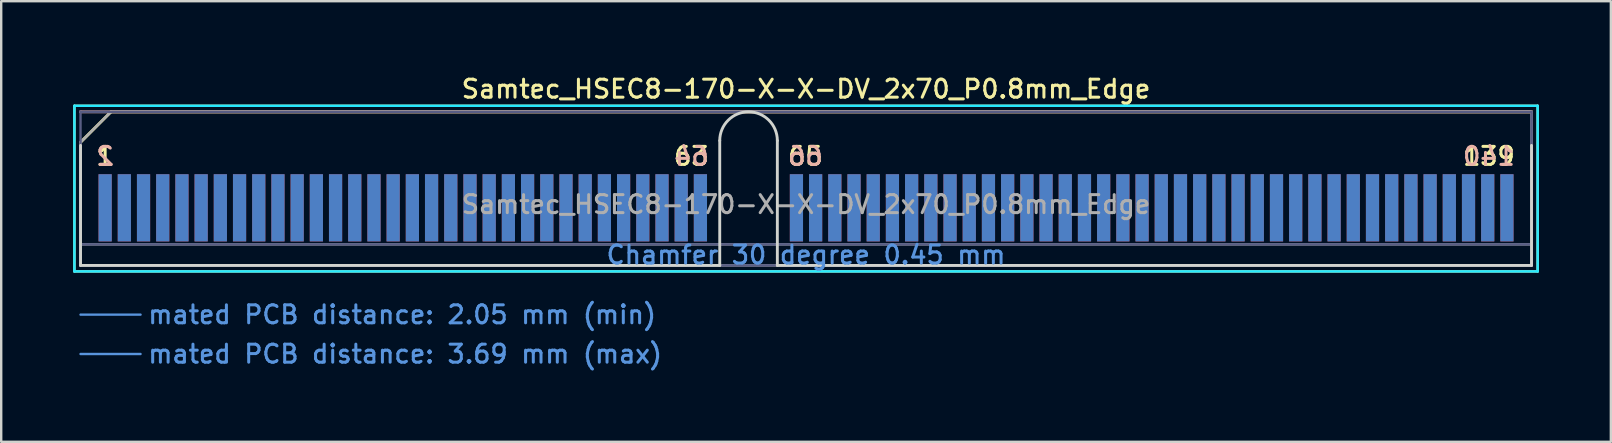
<source format=kicad_pcb>
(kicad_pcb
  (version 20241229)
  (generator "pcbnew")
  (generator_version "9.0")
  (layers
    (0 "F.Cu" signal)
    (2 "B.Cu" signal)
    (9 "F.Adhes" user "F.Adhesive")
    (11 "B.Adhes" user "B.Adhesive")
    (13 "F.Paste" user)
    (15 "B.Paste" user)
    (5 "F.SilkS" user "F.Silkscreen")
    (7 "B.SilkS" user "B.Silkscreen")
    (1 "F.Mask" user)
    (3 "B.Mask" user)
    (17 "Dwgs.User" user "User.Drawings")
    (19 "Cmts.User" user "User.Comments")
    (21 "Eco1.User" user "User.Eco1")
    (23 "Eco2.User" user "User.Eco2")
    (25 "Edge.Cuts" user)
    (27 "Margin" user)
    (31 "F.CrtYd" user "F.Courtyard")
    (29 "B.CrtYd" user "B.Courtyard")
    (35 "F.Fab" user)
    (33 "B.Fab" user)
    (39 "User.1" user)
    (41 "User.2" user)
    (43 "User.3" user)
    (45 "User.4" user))
  (footprint "Samtec_HSEC8-170-X-X-DV_2x70_P0.8mm_Edge"
    (layer "F.Cu")
    (at 30.53 8.008)
    (property "Reference" "Samtec_HSEC8-170-X-X-DV_2x70_P0.8mm_Edge" (at 0 -7.35 0) (layer "F.SilkS") (effects (font (size 0.75 0.75) (thickness 0.125))))
    (attr exclude_from_pos_files exclude_from_bom)
    (fp_line (start -30.48 -6.65) (end -30.48 0.25) (stroke (width 0.1) (type solid)) (layer "F.SilkS"))
    (fp_line (start -30.48 0.25) (end 30.48 0.25) (stroke (width 0.1) (type solid)) (layer "F.SilkS"))
    (fp_line (start -30.225 -5.13) (end -28.955 -6.4) (stroke (width 0.12) (type solid)) (layer "F.SilkS"))
    (fp_line (start -28.955 -6.4) (end 30.225 -6.4) (stroke (width 0.12) (type solid)) (layer "F.SilkS"))
    (fp_line (start 30.48 -6.65) (end -30.48 -6.65) (stroke (width 0.1) (type solid)) (layer "F.SilkS"))
    (fp_line (start 30.48 0.25) (end 30.48 -6.65) (stroke (width 0.1) (type solid)) (layer "F.SilkS"))
    (fp_line (start -30.225 -6.4) (end -30.225 -6.4) (stroke (width 0.12) (type solid)) (layer "B.SilkS"))
    (fp_line (start -30.225 -6.4) (end 30.225 -6.4) (stroke (width 0.12) (type solid)) (layer "B.SilkS"))
    (fp_line (start -30.225 2.05) (end -27.725 2.05) (stroke (width 0.1) (type solid)) (layer "Cmts.User"))
    (fp_line (start -30.225 3.69) (end -27.725 3.69) (stroke (width 0.1) (type solid)) (layer "Cmts.User"))
    (fp_line (start -30.225 -5) (end -30.225 0) (stroke (width 0.12) (type solid)) (layer "Edge.Cuts"))
    (fp_line (start -30.225 0) (end -3.595 0) (stroke (width 0.12) (type solid)) (layer "Edge.Cuts"))
    (fp_line (start -3.595 0) (end -3.595 -5.2) (stroke (width 0.12) (type solid)) (layer "Edge.Cuts"))
    (fp_line (start -1.195 -5.2) (end -1.195 0) (stroke (width 0.12) (type solid)) (layer "Edge.Cuts"))
    (fp_line (start -1.195 0) (end 30.225 0) (stroke (width 0.12) (type solid)) (layer "Edge.Cuts"))
    (fp_line (start 30.225 0) (end 30.225 -5) (stroke (width 0.12) (type solid)) (layer "Edge.Cuts"))
    (fp_arc (start -3.595 -5.2) (mid -2.395 -6.4) (end -1.195 -5.2) (stroke (width 0.12) (type solid)) (layer "Edge.Cuts"))
    (fp_line (start -30.48 -6.65) (end -30.48 0.25) (stroke (width 0.1) (type solid)) (layer "B.CrtYd"))
    (fp_line (start -30.48 0.25) (end 30.48 0.25) (stroke (width 0.1) (type solid)) (layer "B.CrtYd"))
    (fp_line (start 30.48 -6.65) (end -30.48 -6.65) (stroke (width 0.1) (type solid)) (layer "B.CrtYd"))
    (fp_line (start 30.48 0.25) (end 30.48 -6.65) (stroke (width 0.1) (type solid)) (layer "B.CrtYd"))
    (fp_line (start -30.225 -6.4) (end -30.225 -6.4) (stroke (width 0.1) (type solid)) (layer "B.Fab"))
    (fp_line (start -30.225 -6.4) (end -30.225 0) (stroke (width 0.1) (type solid)) (layer "B.Fab"))
    (fp_line (start -30.225 -6.4) (end 30.225 -6.4) (stroke (width 0.1) (type solid)) (layer "B.Fab"))
    (fp_line (start -30.225 -0.88) (end 30.225 -0.88) (stroke (width 0.1) (type solid)) (layer "B.Fab"))
    (fp_line (start -30.225 0) (end 30.225 0) (stroke (width 0.1) (type solid)) (layer "B.Fab"))
    (fp_line (start 30.225 -6.4) (end 30.225 0) (stroke (width 0.1) (type solid)) (layer "B.Fab"))
    (fp_line (start -30.225 -5.13) (end -30.225 0) (stroke (width 0.1) (type solid)) (layer "F.Fab"))
    (fp_line (start -30.225 -5.13) (end -28.955 -6.4) (stroke (width 0.1) (type solid)) (layer "F.Fab"))
    (fp_line (start -30.225 -0.88) (end 30.225 -0.88) (stroke (width 0.1) (type solid)) (layer "F.Fab"))
    (fp_line (start -30.225 0) (end 30.225 0) (stroke (width 0.1) (type solid)) (layer "F.Fab"))
    (fp_line (start -28.955 -6.4) (end 30.225 -6.4) (stroke (width 0.1) (type solid)) (layer "F.Fab"))
    (fp_line (start 30.225 -6.4) (end 30.225 0) (stroke (width 0.1) (type solid)) (layer "F.Fab"))
    (fp_text user "1" (at -29.2 -4.55 0) (layer "F.SilkS") (effects (font (size 0.75 0.75) (thickness 0.125))))
    (fp_text user "139" (at 28.45 -4.55 0) (layer "F.SilkS") (effects (font (size 0.75 0.75) (thickness 0.125))))
    (fp_text user "65" (at -0.025 -4.55 0) (layer "F.SilkS") (effects (font (size 0.75 0.75) (thickness 0.125))))
    (fp_text user "63" (at -4.775 -4.55 0) (layer "F.SilkS") (effects (font (size 0.75 0.75) (thickness 0.125))))
    (fp_text user "140" (at 28.45 -4.55 0) (layer "B.SilkS") (effects (font (size 0.75 0.75) (thickness 0.125)) (justify mirror)))
    (fp_text user "2" (at -29.2 -4.55 0) (layer "B.SilkS") (effects (font (size 0.75 0.75) (thickness 0.125)) (justify mirror)))
    (fp_text user "64" (at -4.775 -4.55 0) (layer "B.SilkS") (effects (font (size 0.75 0.75) (thickness 0.125)) (justify mirror)))
    (fp_text user "66" (at -0.025 -4.55 0) (layer "B.SilkS") (effects (font (size 0.75 0.75) (thickness 0.125)) (justify mirror)))
    (fp_text user "Chamfer 30 degree 0.45 mm" (at 0 -0.44 0) (layer "Cmts.User") (effects (font (size 0.75 0.75) (thickness 0.125))))
    (fp_text user "mated PCB distance: 3.69 mm (max)" (at -27.48 3.69 0) (layer "Cmts.User") (effects (font (size 0.75 0.75) (thickness 0.125)) (justify left)))
    (fp_text user "mated PCB distance: 2.05 mm (min)" (at -27.48 2.05 0) (layer "Cmts.User") (effects (font (size 0.75 0.75) (thickness 0.125)) (justify left)))
    (fp_text user "${REFERENCE}" (at 0 -2.54 0) (layer "F.Fab") (effects (font (size 0.75 0.75) (thickness 0.125))))
    (pad "1" connect rect (at -29.2 -2.4) (size 0.55 2.8) (layers "F.Cu" "F.Mask"))
    (pad "2" connect rect (at -29.2 -2.4) (size 0.55 2.8) (layers "B.Cu" "B.Mask"))
    (pad "3" connect rect (at -28.4 -2.4) (size 0.55 2.8) (layers "F.Cu" "F.Mask"))
    (pad "4" connect rect (at -28.4 -2.4) (size 0.55 2.8) (layers "B.Cu" "B.Mask"))
    (pad "5" connect rect (at -27.6 -2.4) (size 0.55 2.8) (layers "F.Cu" "F.Mask"))
    (pad "6" connect rect (at -27.6 -2.4) (size 0.55 2.8) (layers "B.Cu" "B.Mask"))
    (pad "7" connect rect (at -26.8 -2.4) (size 0.55 2.8) (layers "F.Cu" "F.Mask"))
    (pad "8" connect rect (at -26.8 -2.4) (size 0.55 2.8) (layers "B.Cu" "B.Mask"))
    (pad "9" connect rect (at -26 -2.4) (size 0.55 2.8) (layers "F.Cu" "F.Mask"))
    (pad "10" connect rect (at -26 -2.4) (size 0.55 2.8) (layers "B.Cu" "B.Mask"))
    (pad "11" connect rect (at -25.2 -2.4) (size 0.55 2.8) (layers "F.Cu" "F.Mask"))
    (pad "12" connect rect (at -25.2 -2.4) (size 0.55 2.8) (layers "B.Cu" "B.Mask"))
    (pad "13" connect rect (at -24.4 -2.4) (size 0.55 2.8) (layers "F.Cu" "F.Mask"))
    (pad "14" connect rect (at -24.4 -2.4) (size 0.55 2.8) (layers "B.Cu" "B.Mask"))
    (pad "15" connect rect (at -23.6 -2.4) (size 0.55 2.8) (layers "F.Cu" "F.Mask"))
    (pad "16" connect rect (at -23.6 -2.4) (size 0.55 2.8) (layers "B.Cu" "B.Mask"))
    (pad "17" connect rect (at -22.8 -2.4) (size 0.55 2.8) (layers "F.Cu" "F.Mask"))
    (pad "18" connect rect (at -22.8 -2.4) (size 0.55 2.8) (layers "B.Cu" "B.Mask"))
    (pad "19" connect rect (at -22 -2.4) (size 0.55 2.8) (layers "F.Cu" "F.Mask"))
    (pad "20" connect rect (at -22 -2.4) (size 0.55 2.8) (layers "B.Cu" "B.Mask"))
    (pad "21" connect rect (at -21.2 -2.4) (size 0.55 2.8) (layers "F.Cu" "F.Mask"))
    (pad "22" connect rect (at -21.2 -2.4) (size 0.55 2.8) (layers "B.Cu" "B.Mask"))
    (pad "23" connect rect (at -20.4 -2.4) (size 0.55 2.8) (layers "F.Cu" "F.Mask"))
    (pad "24" connect rect (at -20.4 -2.4) (size 0.55 2.8) (layers "B.Cu" "B.Mask"))
    (pad "25" connect rect (at -19.6 -2.4) (size 0.55 2.8) (layers "F.Cu" "F.Mask"))
    (pad "26" connect rect (at -19.6 -2.4) (size 0.55 2.8) (layers "B.Cu" "B.Mask"))
    (pad "27" connect rect (at -18.8 -2.4) (size 0.55 2.8) (layers "F.Cu" "F.Mask"))
    (pad "28" connect rect (at -18.8 -2.4) (size 0.55 2.8) (layers "B.Cu" "B.Mask"))
    (pad "29" connect rect (at -18 -2.4) (size 0.55 2.8) (layers "F.Cu" "F.Mask"))
    (pad "30" connect rect (at -18 -2.4) (size 0.55 2.8) (layers "B.Cu" "B.Mask"))
    (pad "31" connect rect (at -17.2 -2.4) (size 0.55 2.8) (layers "F.Cu" "F.Mask"))
    (pad "32" connect rect (at -17.2 -2.4) (size 0.55 2.8) (layers "B.Cu" "B.Mask"))
    (pad "33" connect rect (at -16.4 -2.4) (size 0.55 2.8) (layers "F.Cu" "F.Mask"))
    (pad "34" connect rect (at -16.4 -2.4) (size 0.55 2.8) (layers "B.Cu" "B.Mask"))
    (pad "35" connect rect (at -15.6 -2.4) (size 0.55 2.8) (layers "F.Cu" "F.Mask"))
    (pad "36" connect rect (at -15.6 -2.4) (size 0.55 2.8) (layers "B.Cu" "B.Mask"))
    (pad "37" connect rect (at -14.8 -2.4) (size 0.55 2.8) (layers "F.Cu" "F.Mask"))
    (pad "38" connect rect (at -14.8 -2.4) (size 0.55 2.8) (layers "B.Cu" "B.Mask"))
    (pad "39" connect rect (at -14 -2.4) (size 0.55 2.8) (layers "F.Cu" "F.Mask"))
    (pad "40" connect rect (at -14 -2.4) (size 0.55 2.8) (layers "B.Cu" "B.Mask"))
    (pad "41" connect rect (at -13.2 -2.4) (size 0.55 2.8) (layers "F.Cu" "F.Mask"))
    (pad "42" connect rect (at -13.2 -2.4) (size 0.55 2.8) (layers "B.Cu" "B.Mask"))
    (pad "43" connect rect (at -12.4 -2.4) (size 0.55 2.8) (layers "F.Cu" "F.Mask"))
    (pad "44" connect rect (at -12.4 -2.4) (size 0.55 2.8) (layers "B.Cu" "B.Mask"))
    (pad "45" connect rect (at -11.6 -2.4) (size 0.55 2.8) (layers "F.Cu" "F.Mask"))
    (pad "46" connect rect (at -11.6 -2.4) (size 0.55 2.8) (layers "B.Cu" "B.Mask"))
    (pad "47" connect rect (at -10.8 -2.4) (size 0.55 2.8) (layers "F.Cu" "F.Mask"))
    (pad "48" connect rect (at -10.8 -2.4) (size 0.55 2.8) (layers "B.Cu" "B.Mask"))
    (pad "49" connect rect (at -10 -2.4) (size 0.55 2.8) (layers "F.Cu" "F.Mask"))
    (pad "50" connect rect (at -10 -2.4) (size 0.55 2.8) (layers "B.Cu" "B.Mask"))
    (pad "51" connect rect (at -9.2 -2.4) (size 0.55 2.8) (layers "F.Cu" "F.Mask"))
    (pad "52" connect rect (at -9.2 -2.4) (size 0.55 2.8) (layers "B.Cu" "B.Mask"))
    (pad "53" connect rect (at -8.4 -2.4) (size 0.55 2.8) (layers "F.Cu" "F.Mask"))
    (pad "54" connect rect (at -8.4 -2.4) (size 0.55 2.8) (layers "B.Cu" "B.Mask"))
    (pad "55" connect rect (at -7.6 -2.4) (size 0.55 2.8) (layers "F.Cu" "F.Mask"))
    (pad "56" connect rect (at -7.6 -2.4) (size 0.55 2.8) (layers "B.Cu" "B.Mask"))
    (pad "57" connect rect (at -6.8 -2.4) (size 0.55 2.8) (layers "F.Cu" "F.Mask"))
    (pad "58" connect rect (at -6.8 -2.4) (size 0.55 2.8) (layers "B.Cu" "B.Mask"))
    (pad "59" connect rect (at -6 -2.4) (size 0.55 2.8) (layers "F.Cu" "F.Mask"))
    (pad "60" connect rect (at -6 -2.4) (size 0.55 2.8) (layers "B.Cu" "B.Mask"))
    (pad "61" connect rect (at -5.2 -2.4) (size 0.55 2.8) (layers "F.Cu" "F.Mask"))
    (pad "62" connect rect (at -5.2 -2.4) (size 0.55 2.8) (layers "B.Cu" "B.Mask"))
    (pad "63" connect rect (at -4.4 -2.4) (size 0.55 2.8) (layers "F.Cu" "F.Mask"))
    (pad "64" connect rect (at -4.4 -2.4) (size 0.55 2.8) (layers "B.Cu" "B.Mask"))
    (pad "65" connect rect (at -0.4 -2.4) (size 0.55 2.8) (layers "F.Cu" "F.Mask"))
    (pad "66" connect rect (at -0.4 -2.4) (size 0.55 2.8) (layers "B.Cu" "B.Mask"))
    (pad "67" connect rect (at 0.4 -2.4) (size 0.55 2.8) (layers "F.Cu" "F.Mask"))
    (pad "68" connect rect (at 0.4 -2.4) (size 0.55 2.8) (layers "B.Cu" "B.Mask"))
    (pad "69" connect rect (at 1.2 -2.4) (size 0.55 2.8) (layers "F.Cu" "F.Mask"))
    (pad "70" connect rect (at 1.2 -2.4) (size 0.55 2.8) (layers "B.Cu" "B.Mask"))
    (pad "71" connect rect (at 2 -2.4) (size 0.55 2.8) (layers "F.Cu" "F.Mask"))
    (pad "72" connect rect (at 2 -2.4) (size 0.55 2.8) (layers "B.Cu" "B.Mask"))
    (pad "73" connect rect (at 2.8 -2.4) (size 0.55 2.8) (layers "F.Cu" "F.Mask"))
    (pad "74" connect rect (at 2.8 -2.4) (size 0.55 2.8) (layers "B.Cu" "B.Mask"))
    (pad "75" connect rect (at 3.6 -2.4) (size 0.55 2.8) (layers "F.Cu" "F.Mask"))
    (pad "76" connect rect (at 3.6 -2.4) (size 0.55 2.8) (layers "B.Cu" "B.Mask"))
    (pad "77" connect rect (at 4.4 -2.4) (size 0.55 2.8) (layers "F.Cu" "F.Mask"))
    (pad "78" connect rect (at 4.4 -2.4) (size 0.55 2.8) (layers "B.Cu" "B.Mask"))
    (pad "79" connect rect (at 5.2 -2.4) (size 0.55 2.8) (layers "F.Cu" "F.Mask"))
    (pad "80" connect rect (at 5.2 -2.4) (size 0.55 2.8) (layers "B.Cu" "B.Mask"))
    (pad "81" connect rect (at 6 -2.4) (size 0.55 2.8) (layers "F.Cu" "F.Mask"))
    (pad "82" connect rect (at 6 -2.4) (size 0.55 2.8) (layers "B.Cu" "B.Mask"))
    (pad "83" connect rect (at 6.8 -2.4) (size 0.55 2.8) (layers "F.Cu" "F.Mask"))
    (pad "84" connect rect (at 6.8 -2.4) (size 0.55 2.8) (layers "B.Cu" "B.Mask"))
    (pad "85" connect rect (at 7.6 -2.4) (size 0.55 2.8) (layers "F.Cu" "F.Mask"))
    (pad "86" connect rect (at 7.6 -2.4) (size 0.55 2.8) (layers "B.Cu" "B.Mask"))
    (pad "87" connect rect (at 8.4 -2.4) (size 0.55 2.8) (layers "F.Cu" "F.Mask"))
    (pad "88" connect rect (at 8.4 -2.4) (size 0.55 2.8) (layers "B.Cu" "B.Mask"))
    (pad "89" connect rect (at 9.2 -2.4) (size 0.55 2.8) (layers "F.Cu" "F.Mask"))
    (pad "90" connect rect (at 9.2 -2.4) (size 0.55 2.8) (layers "B.Cu" "B.Mask"))
    (pad "91" connect rect (at 10 -2.4) (size 0.55 2.8) (layers "F.Cu" "F.Mask"))
    (pad "92" connect rect (at 10 -2.4) (size 0.55 2.8) (layers "B.Cu" "B.Mask"))
    (pad "93" connect rect (at 10.8 -2.4) (size 0.55 2.8) (layers "F.Cu" "F.Mask"))
    (pad "94" connect rect (at 10.8 -2.4) (size 0.55 2.8) (layers "B.Cu" "B.Mask"))
    (pad "95" connect rect (at 11.6 -2.4) (size 0.55 2.8) (layers "F.Cu" "F.Mask"))
    (pad "96" connect rect (at 11.6 -2.4) (size 0.55 2.8) (layers "B.Cu" "B.Mask"))
    (pad "97" connect rect (at 12.4 -2.4) (size 0.55 2.8) (layers "F.Cu" "F.Mask"))
    (pad "98" connect rect (at 12.4 -2.4) (size 0.55 2.8) (layers "B.Cu" "B.Mask"))
    (pad "99" connect rect (at 13.2 -2.4) (size 0.55 2.8) (layers "F.Cu" "F.Mask"))
    (pad "100" connect rect (at 13.2 -2.4) (size 0.55 2.8) (layers "B.Cu" "B.Mask"))
    (pad "101" connect rect (at 14 -2.4) (size 0.55 2.8) (layers "F.Cu" "F.Mask"))
    (pad "102" connect rect (at 14 -2.4) (size 0.55 2.8) (layers "B.Cu" "B.Mask"))
    (pad "103" connect rect (at 14.8 -2.4) (size 0.55 2.8) (layers "F.Cu" "F.Mask"))
    (pad "104" connect rect (at 14.8 -2.4) (size 0.55 2.8) (layers "B.Cu" "B.Mask"))
    (pad "105" connect rect (at 15.6 -2.4) (size 0.55 2.8) (layers "F.Cu" "F.Mask"))
    (pad "106" connect rect (at 15.6 -2.4) (size 0.55 2.8) (layers "B.Cu" "B.Mask"))
    (pad "107" connect rect (at 16.4 -2.4) (size 0.55 2.8) (layers "F.Cu" "F.Mask"))
    (pad "108" connect rect (at 16.4 -2.4) (size 0.55 2.8) (layers "B.Cu" "B.Mask"))
    (pad "109" connect rect (at 17.2 -2.4) (size 0.55 2.8) (layers "F.Cu" "F.Mask"))
    (pad "110" connect rect (at 17.2 -2.4) (size 0.55 2.8) (layers "B.Cu" "B.Mask"))
    (pad "111" connect rect (at 18 -2.4) (size 0.55 2.8) (layers "F.Cu" "F.Mask"))
    (pad "112" connect rect (at 18 -2.4) (size 0.55 2.8) (layers "B.Cu" "B.Mask"))
    (pad "113" connect rect (at 18.8 -2.4) (size 0.55 2.8) (layers "F.Cu" "F.Mask"))
    (pad "114" connect rect (at 18.8 -2.4) (size 0.55 2.8) (layers "B.Cu" "B.Mask"))
    (pad "115" connect rect (at 19.6 -2.4) (size 0.55 2.8) (layers "F.Cu" "F.Mask"))
    (pad "116" connect rect (at 19.6 -2.4) (size 0.55 2.8) (layers "B.Cu" "B.Mask"))
    (pad "117" connect rect (at 20.4 -2.4) (size 0.55 2.8) (layers "F.Cu" "F.Mask"))
    (pad "118" connect rect (at 20.4 -2.4) (size 0.55 2.8) (layers "B.Cu" "B.Mask"))
    (pad "119" connect rect (at 21.2 -2.4) (size 0.55 2.8) (layers "F.Cu" "F.Mask"))
    (pad "120" connect rect (at 21.2 -2.4) (size 0.55 2.8) (layers "B.Cu" "B.Mask"))
    (pad "121" connect rect (at 22 -2.4) (size 0.55 2.8) (layers "F.Cu" "F.Mask"))
    (pad "122" connect rect (at 22 -2.4) (size 0.55 2.8) (layers "B.Cu" "B.Mask"))
    (pad "123" connect rect (at 22.8 -2.4) (size 0.55 2.8) (layers "F.Cu" "F.Mask"))
    (pad "124" connect rect (at 22.8 -2.4) (size 0.55 2.8) (layers "B.Cu" "B.Mask"))
    (pad "125" connect rect (at 23.6 -2.4) (size 0.55 2.8) (layers "F.Cu" "F.Mask"))
    (pad "126" connect rect (at 23.6 -2.4) (size 0.55 2.8) (layers "B.Cu" "B.Mask"))
    (pad "127" connect rect (at 24.4 -2.4) (size 0.55 2.8) (layers "F.Cu" "F.Mask"))
    (pad "128" connect rect (at 24.4 -2.4) (size 0.55 2.8) (layers "B.Cu" "B.Mask"))
    (pad "129" connect rect (at 25.2 -2.4) (size 0.55 2.8) (layers "F.Cu" "F.Mask"))
    (pad "130" connect rect (at 25.2 -2.4) (size 0.55 2.8) (layers "B.Cu" "B.Mask"))
    (pad "131" connect rect (at 26 -2.4) (size 0.55 2.8) (layers "F.Cu" "F.Mask"))
    (pad "132" connect rect (at 26 -2.4) (size 0.55 2.8) (layers "B.Cu" "B.Mask"))
    (pad "133" connect rect (at 26.8 -2.4) (size 0.55 2.8) (layers "F.Cu" "F.Mask"))
    (pad "134" connect rect (at 26.8 -2.4) (size 0.55 2.8) (layers "B.Cu" "B.Mask"))
    (pad "135" connect rect (at 27.6 -2.4) (size 0.55 2.8) (layers "F.Cu" "F.Mask"))
    (pad "136" connect rect (at 27.6 -2.4) (size 0.55 2.8) (layers "B.Cu" "B.Mask"))
    (pad "137" connect rect (at 28.4 -2.4) (size 0.55 2.8) (layers "F.Cu" "F.Mask"))
    (pad "138" connect rect (at 28.4 -2.4) (size 0.55 2.8) (layers "B.Cu" "B.Mask"))
    (pad "139" connect rect (at 29.2 -2.4) (size 0.55 2.8) (layers "F.Cu" "F.Mask"))
    (pad "140" connect rect (at 29.2 -2.4) (size 0.55 2.8) (layers "B.Cu" "B.Mask")))
  (gr_rect
    (start -3 -3)
    (end 64.06 15.356)
    (stroke (width 0.1) (type default))
    (fill no)
    (layer "Edge.Cuts")))
</source>
